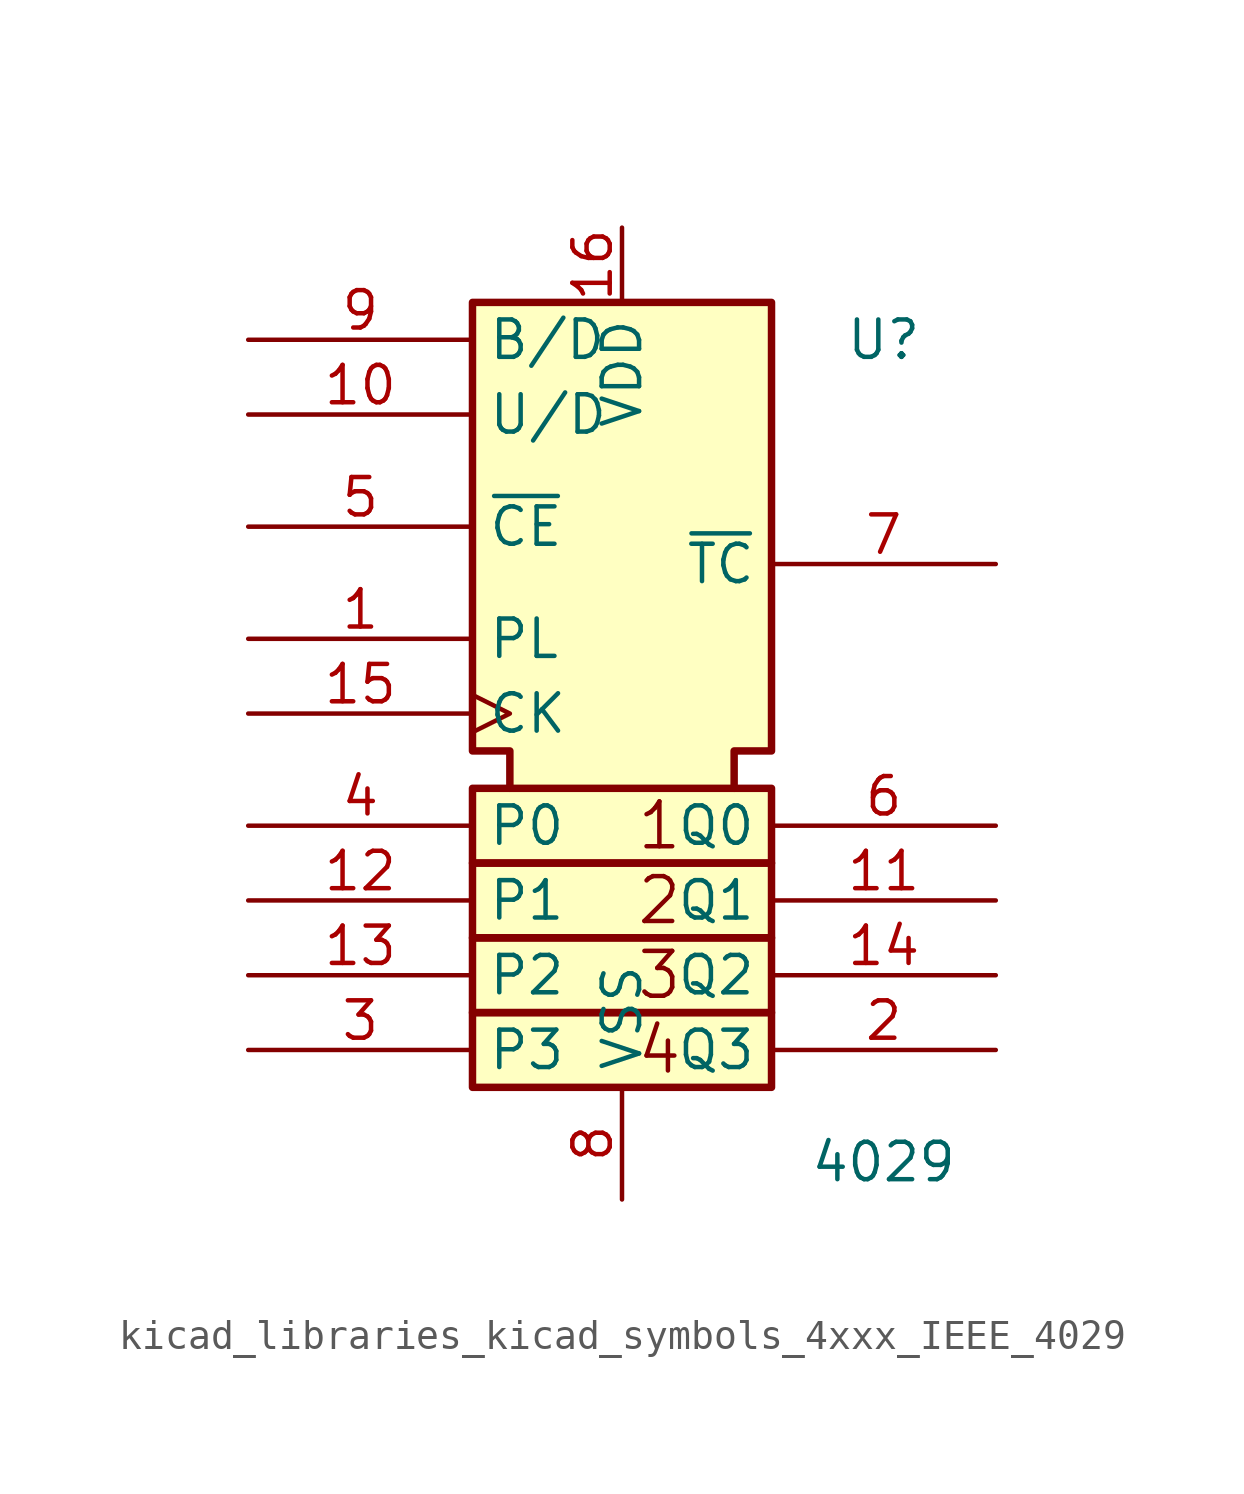
<source format=kicad_sym>
(kicad_symbol_lib
  (version 20220914)
  (generator kicad_symbol_editor)
  (symbol "kicad_libraries_kicad_symbols_4xxx_IEEE_4029"
    (property "Reference" "U"
      (at 8.89 8.89 0)
      (effects (font (size 1.27 1.27))))
    (property "Value" "4029"
      (at 8.89 -19.05 0)
      (effects (font (size 1.27 1.27))))
    (symbol "kicad_libraries_kicad_symbols_4xxx_IEEE_4029_0_0"
      (rectangle (start -5.08 -13.97) (end 5.08 -16.51) (stroke (width 0.254) (type default)) (fill (type background)))
      (rectangle (start -5.08 -11.43) (end 5.08 -13.97) (stroke (width 0.254) (type default)) (fill (type background)))
      (rectangle (start -5.08 -8.89) (end 5.08 -11.43) (stroke (width 0.254) (type default)) (fill (type background)))
      (rectangle (start -5.08 -6.35) (end 5.08 -8.89) (stroke (width 0.254) (type default)) (fill (type background)))
      (polyline (pts (xy -3.81 -6.35) (xy -3.81 -5.08) (xy -5.08 -5.08) (xy -5.08 10.16) (xy 5.08 10.16) (xy 5.08 -5.08) (xy 3.81 -5.08) (xy 3.81 -6.35) (xy 3.81 -6.35)) (stroke (width 0.254) (type default)) (fill (type background)))
      (text "1" (at 1.27 -7.62 0) (effects (font (size 1.524 1.524))))
      (text "2" (at 1.27 -10.16 0) (effects (font (size 1.524 1.524))))
      (text "3" (at 1.27 -12.7 0) (effects (font (size 1.524 1.524))))
      (text "4" (at 1.27 -15.24 0) (effects (font (size 1.524 1.524)))))
    (symbol "kicad_libraries_kicad_symbols_4xxx_IEEE_4029_1_1"
      (pin input line (at -12.7 -1.27 0) (length 7.62) (name "PL" (effects (font (size 1.27 1.27)))) (number "1" (effects (font (size 1.27 1.27)))))
      (pin input line (at -12.7 6.35 0) (length 7.62) (name "U/D" (effects (font (size 1.27 1.27)))) (number "10" (effects (font (size 1.27 1.27)))))
      (pin output line (at 12.7 -10.16 180) (length 7.62) (name "Q1" (effects (font (size 1.27 1.27)))) (number "11" (effects (font (size 1.27 1.27)))))
      (pin input line (at -12.7 -10.16 0) (length 7.62) (name "P1" (effects (font (size 1.27 1.27)))) (number "12" (effects (font (size 1.27 1.27)))))
      (pin input line (at -12.7 -12.7 0) (length 7.62) (name "P2" (effects (font (size 1.27 1.27)))) (number "13" (effects (font (size 1.27 1.27)))))
      (pin output line (at 12.7 -12.7 180) (length 7.62) (name "Q2" (effects (font (size 1.27 1.27)))) (number "14" (effects (font (size 1.27 1.27)))))
      (pin input clock (at -12.7 -3.81 0) (length 7.62) (name "CK" (effects (font (size 1.27 1.27)))) (number "15" (effects (font (size 1.27 1.27)))))
      (pin power_in line (at 0 12.7 270) (length 2.54) (name "VDD" (effects (font (size 1.27 1.27)))) (number "16" (effects (font (size 1.27 1.27)))))
      (pin output line (at 12.7 -15.24 180) (length 7.62) (name "Q3" (effects (font (size 1.27 1.27)))) (number "2" (effects (font (size 1.27 1.27)))))
      (pin input line (at -12.7 -15.24 0) (length 7.62) (name "P3" (effects (font (size 1.27 1.27)))) (number "3" (effects (font (size 1.27 1.27)))))
      (pin input line (at -12.7 -7.62 0) (length 7.62) (name "P0" (effects (font (size 1.27 1.27)))) (number "4" (effects (font (size 1.27 1.27)))))
      (pin input line (at -12.7 2.54 0) (length 7.62) (name "~{CE}" (effects (font (size 1.27 1.27)))) (number "5" (effects (font (size 1.27 1.27)))))
      (pin output line (at 12.7 -7.62 180) (length 7.62) (name "Q0" (effects (font (size 1.27 1.27)))) (number "6" (effects (font (size 1.27 1.27)))))
      (pin output line (at 12.7 1.27 180) (length 7.62) (name "~{TC}" (effects (font (size 1.27 1.27)))) (number "7" (effects (font (size 1.27 1.27)))))
      (pin power_in line (at 0 -20.32 90) (length 3.81) (name "VSS" (effects (font (size 1.27 1.27)))) (number "8" (effects (font (size 1.27 1.27)))))
      (pin input line (at -12.7 8.89 0) (length 7.62) (name "B/D" (effects (font (size 1.27 1.27)))) (number "9" (effects (font (size 1.27 1.27))))))))
</source>
